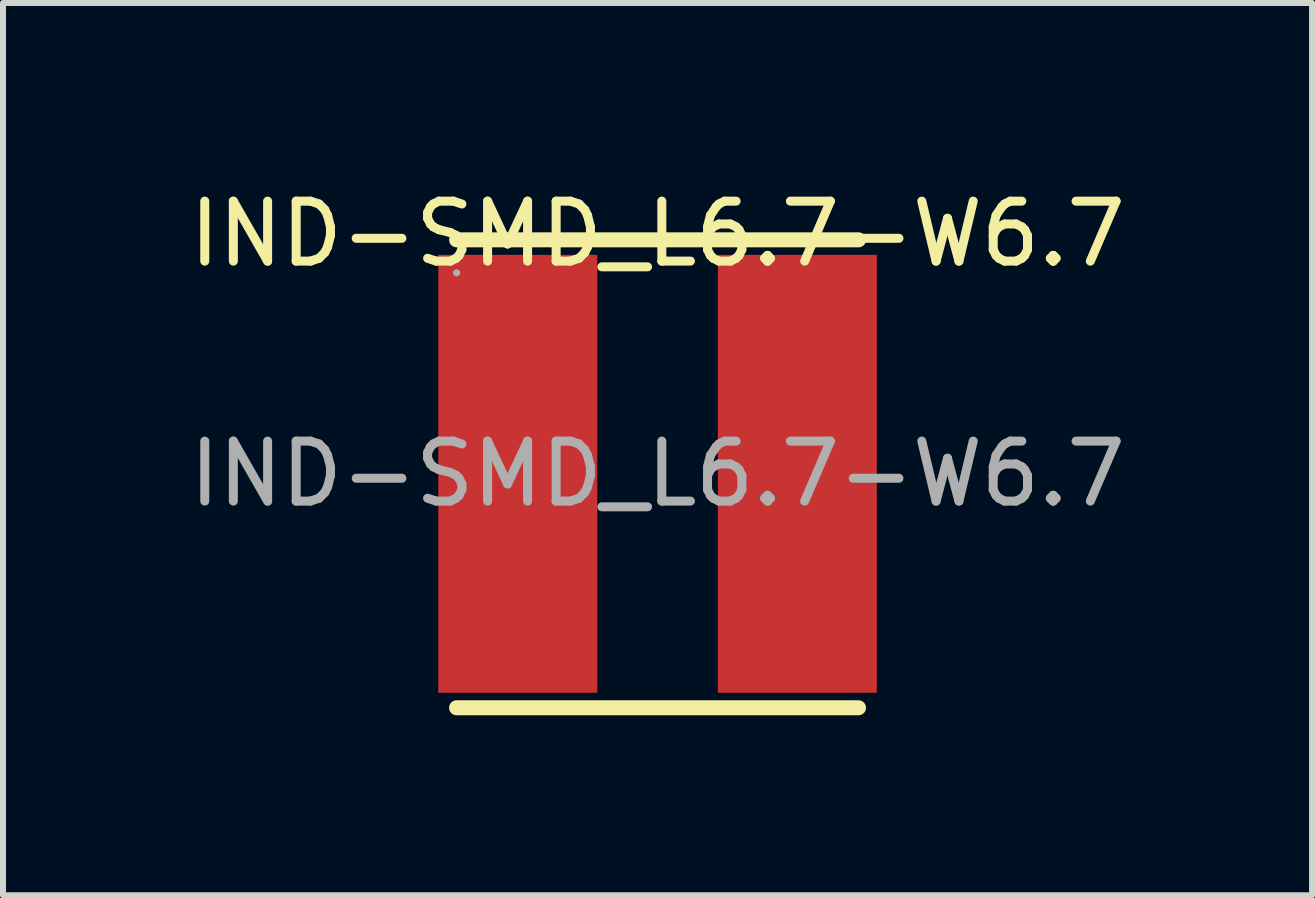
<source format=kicad_pcb>
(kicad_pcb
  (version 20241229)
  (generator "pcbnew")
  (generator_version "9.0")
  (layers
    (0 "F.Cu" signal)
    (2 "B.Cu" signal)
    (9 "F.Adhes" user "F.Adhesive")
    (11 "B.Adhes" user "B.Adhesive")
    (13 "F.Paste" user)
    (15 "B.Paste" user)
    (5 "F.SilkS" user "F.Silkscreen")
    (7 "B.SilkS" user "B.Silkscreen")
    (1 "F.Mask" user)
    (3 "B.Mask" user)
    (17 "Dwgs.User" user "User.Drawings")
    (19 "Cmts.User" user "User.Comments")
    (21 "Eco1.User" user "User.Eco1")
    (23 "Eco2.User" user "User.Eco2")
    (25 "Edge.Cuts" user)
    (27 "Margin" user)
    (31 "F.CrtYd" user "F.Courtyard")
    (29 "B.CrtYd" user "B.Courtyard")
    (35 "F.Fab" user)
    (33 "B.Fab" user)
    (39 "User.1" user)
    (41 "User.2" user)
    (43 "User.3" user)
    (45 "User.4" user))
  (footprint "IND-SMD_L6.7-W6.7"
    (layer "F.Cu")
    (at 7.911 4.848)
    (property "Reference" "IND-SMD_L6.7-W6.7" (at 0 -4 0) (layer "F.SilkS") (effects (font (size 1 1) (thickness 0.15))))
    (attr through_hole)
    (fp_line (start -3.35 -3.9) (end 3.35 -3.9) (stroke (width 0.25) (type solid)) (layer "F.SilkS"))
    (fp_line (start -3.35 3.9) (end 3.35 3.9) (stroke (width 0.25) (type solid)) (layer "F.SilkS"))
    (fp_circle (center -3.35 -3.35) (end -3.32 -3.35) (stroke (width 0.06) (type solid)) (fill no) (layer "F.Fab"))
    (fp_text user "${REFERENCE}" (at 0 0 0) (layer "F.Fab") (effects (font (size 1 1) (thickness 0.15))))
    (pad "1" smd rect (at -2.33 0) (size 2.65 7.3) (layers "F.Cu" "F.Mask" "F.Paste"))
    (pad "2" smd rect (at 2.33 0) (size 2.65 7.3) (layers "F.Cu" "F.Mask" "F.Paste")))
  (gr_rect
    (start -3 -3)
    (end 18.821 11.873)
    (stroke (width 0.1) (type default))
    (fill no)
    (layer "Edge.Cuts")))
</source>
